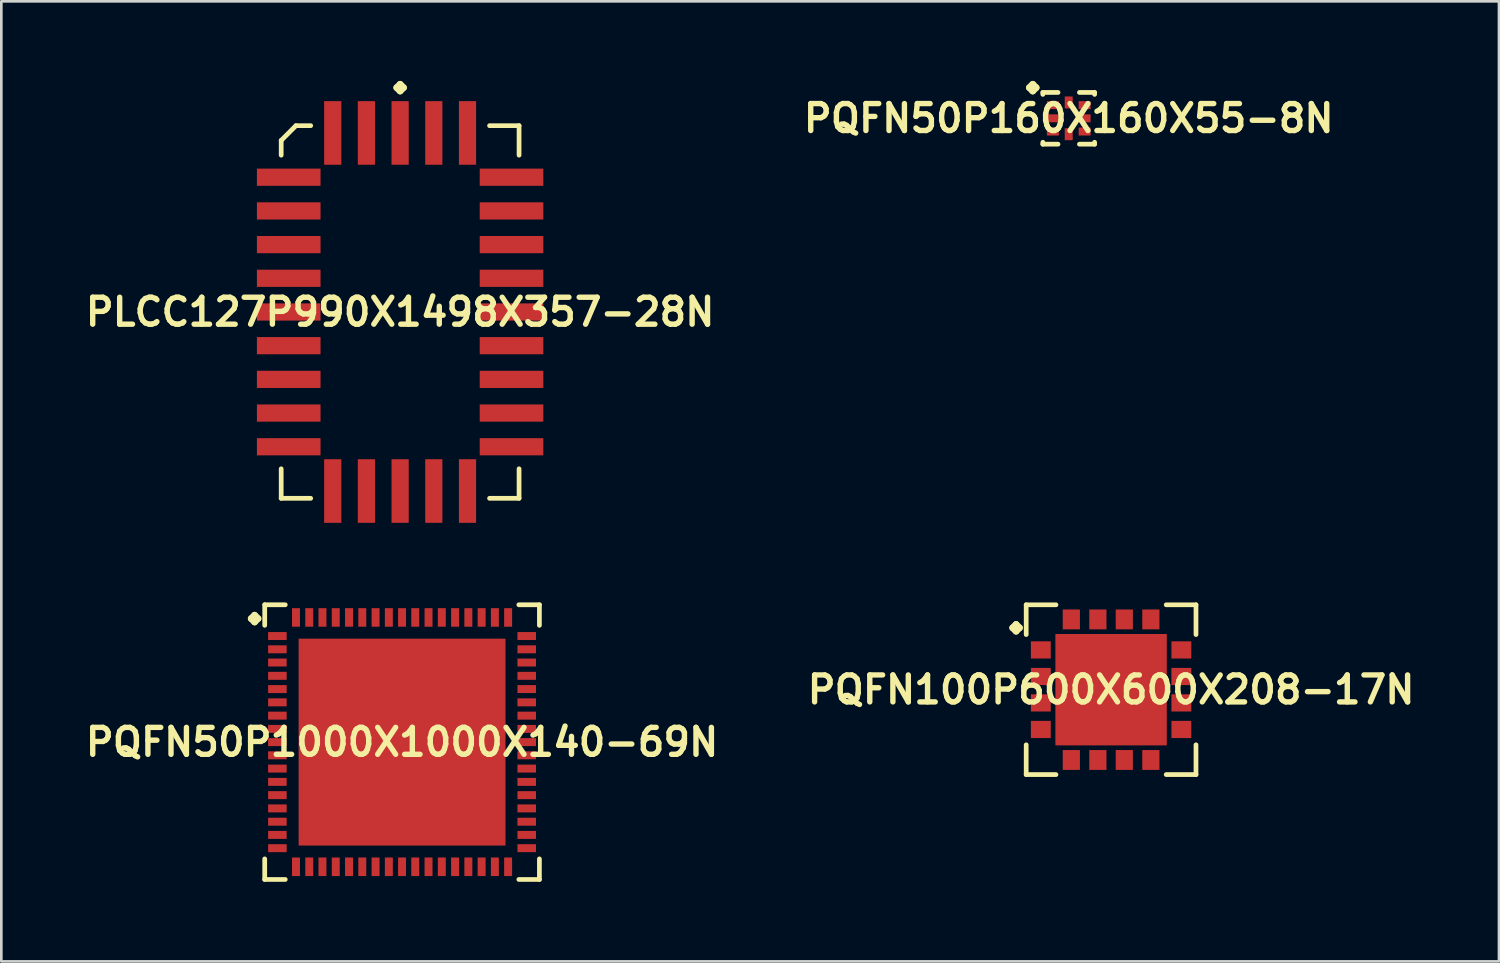
<source format=kicad_pcb>
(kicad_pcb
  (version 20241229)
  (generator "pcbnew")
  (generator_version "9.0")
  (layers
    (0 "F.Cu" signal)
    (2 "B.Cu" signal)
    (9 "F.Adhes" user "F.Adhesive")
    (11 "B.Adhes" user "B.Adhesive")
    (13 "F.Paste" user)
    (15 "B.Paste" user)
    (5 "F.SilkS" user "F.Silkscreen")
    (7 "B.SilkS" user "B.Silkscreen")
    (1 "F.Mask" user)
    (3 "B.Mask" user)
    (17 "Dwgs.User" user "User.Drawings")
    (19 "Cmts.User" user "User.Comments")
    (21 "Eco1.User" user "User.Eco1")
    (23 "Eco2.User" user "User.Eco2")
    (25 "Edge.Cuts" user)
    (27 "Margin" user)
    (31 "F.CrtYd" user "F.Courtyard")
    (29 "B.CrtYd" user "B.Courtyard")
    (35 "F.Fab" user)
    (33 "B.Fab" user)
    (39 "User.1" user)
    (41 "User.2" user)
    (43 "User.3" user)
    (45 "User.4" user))
  (footprint "PQFN50P1000X1000X140-69N"
    (layer "F.Cu")
    (at 12.105 24.923)
    (property "Reference" "PQFN50P1000X1000X140-69N" (at 0 0 0) (layer "F.SilkS") (effects (font (size 1.016 1.016) (thickness 0.203))))
    (attr smd)
    (fp_line (start -5.685 -4.656) (end -5.558 -4.783) (stroke (width 0.254) (type solid)) (layer "F.SilkS"))
    (fp_line (start -5.558 -4.783) (end -5.431 -4.656) (stroke (width 0.254) (type solid)) (layer "F.SilkS"))
    (fp_line (start -5.558 -4.529) (end -5.685 -4.656) (stroke (width 0.254) (type solid)) (layer "F.SilkS"))
    (fp_line (start -5.431 -4.656) (end -5.558 -4.529) (stroke (width 0.254) (type solid)) (layer "F.SilkS"))
    (fp_line (start -5.177 -5.177) (end -4.402 -5.177) (stroke (width 0.178) (type solid)) (layer "F.SilkS"))
    (fp_line (start -5.177 -4.402) (end -5.177 -5.177) (stroke (width 0.178) (type solid)) (layer "F.SilkS"))
    (fp_line (start -5.177 4.402) (end -5.177 5.177) (stroke (width 0.178) (type solid)) (layer "F.SilkS"))
    (fp_line (start -5.177 5.177) (end -4.402 5.177) (stroke (width 0.178) (type solid)) (layer "F.SilkS"))
    (fp_line (start 4.402 -5.177) (end 5.177 -5.177) (stroke (width 0.178) (type solid)) (layer "F.SilkS"))
    (fp_line (start 4.402 5.177) (end 5.177 5.177) (stroke (width 0.178) (type solid)) (layer "F.SilkS"))
    (fp_line (start 5.177 -5.177) (end 5.177 -4.402) (stroke (width 0.178) (type solid)) (layer "F.SilkS"))
    (fp_line (start 5.177 5.177) (end 5.177 4.402) (stroke (width 0.178) (type solid)) (layer "F.SilkS"))
    (pad "1" smd rect (at -4.699 -3.998) (size 0.699 0.3) (layers "F.Cu" "F.Mask" "F.Paste"))
    (pad "2" smd rect (at -4.699 -3.498) (size 0.699 0.3) (layers "F.Cu" "F.Mask" "F.Paste"))
    (pad "3" smd rect (at -4.699 -3) (size 0.699 0.3) (layers "F.Cu" "F.Mask" "F.Paste"))
    (pad "4" smd rect (at -4.699 -2.499) (size 0.699 0.3) (layers "F.Cu" "F.Mask" "F.Paste"))
    (pad "5" smd rect (at -4.699 -1.999) (size 0.699 0.3) (layers "F.Cu" "F.Mask" "F.Paste"))
    (pad "6" smd rect (at -4.699 -1.499) (size 0.699 0.3) (layers "F.Cu" "F.Mask" "F.Paste"))
    (pad "7" smd rect (at -4.699 -0.998) (size 0.699 0.3) (layers "F.Cu" "F.Mask" "F.Paste"))
    (pad "8" smd rect (at -4.699 -0.498) (size 0.699 0.3) (layers "F.Cu" "F.Mask" "F.Paste"))
    (pad "9" smd rect (at -4.699 0) (size 0.699 0.3) (layers "F.Cu" "F.Mask" "F.Paste"))
    (pad "10" smd rect (at -4.699 0.498) (size 0.699 0.3) (layers "F.Cu" "F.Mask" "F.Paste"))
    (pad "11" smd rect (at -4.699 0.998) (size 0.699 0.3) (layers "F.Cu" "F.Mask" "F.Paste"))
    (pad "12" smd rect (at -4.699 1.499) (size 0.699 0.3) (layers "F.Cu" "F.Mask" "F.Paste"))
    (pad "13" smd rect (at -4.699 1.999) (size 0.699 0.3) (layers "F.Cu" "F.Mask" "F.Paste"))
    (pad "14" smd rect (at -4.699 2.499) (size 0.699 0.3) (layers "F.Cu" "F.Mask" "F.Paste"))
    (pad "15" smd rect (at -4.699 3) (size 0.699 0.3) (layers "F.Cu" "F.Mask" "F.Paste"))
    (pad "16" smd rect (at -4.699 3.498) (size 0.699 0.3) (layers "F.Cu" "F.Mask" "F.Paste"))
    (pad "17" smd rect (at -4.699 3.998) (size 0.699 0.3) (layers "F.Cu" "F.Mask" "F.Paste"))
    (pad "18" smd rect (at -3.998 4.699) (size 0.3 0.699) (layers "F.Cu" "F.Mask" "F.Paste"))
    (pad "19" smd rect (at -3.498 4.699) (size 0.3 0.699) (layers "F.Cu" "F.Mask" "F.Paste"))
    (pad "20" smd rect (at -3 4.699) (size 0.3 0.699) (layers "F.Cu" "F.Mask" "F.Paste"))
    (pad "21" smd rect (at -2.499 4.699) (size 0.3 0.699) (layers "F.Cu" "F.Mask" "F.Paste"))
    (pad "22" smd rect (at -1.999 4.699) (size 0.3 0.699) (layers "F.Cu" "F.Mask" "F.Paste"))
    (pad "23" smd rect (at -1.499 4.699) (size 0.3 0.699) (layers "F.Cu" "F.Mask" "F.Paste"))
    (pad "24" smd rect (at -0.998 4.699) (size 0.3 0.699) (layers "F.Cu" "F.Mask" "F.Paste"))
    (pad "25" smd rect (at -0.498 4.699) (size 0.3 0.699) (layers "F.Cu" "F.Mask" "F.Paste"))
    (pad "26" smd rect (at 0 4.699) (size 0.3 0.699) (layers "F.Cu" "F.Mask" "F.Paste"))
    (pad "27" smd rect (at 0.498 4.699) (size 0.3 0.699) (layers "F.Cu" "F.Mask" "F.Paste"))
    (pad "28" smd rect (at 0.998 4.699) (size 0.3 0.699) (layers "F.Cu" "F.Mask" "F.Paste"))
    (pad "29" smd rect (at 1.499 4.699) (size 0.3 0.699) (layers "F.Cu" "F.Mask" "F.Paste"))
    (pad "30" smd rect (at 1.999 4.699) (size 0.3 0.699) (layers "F.Cu" "F.Mask" "F.Paste"))
    (pad "31" smd rect (at 2.499 4.699) (size 0.3 0.699) (layers "F.Cu" "F.Mask" "F.Paste"))
    (pad "32" smd rect (at 3 4.699) (size 0.3 0.699) (layers "F.Cu" "F.Mask" "F.Paste"))
    (pad "33" smd rect (at 3.498 4.699) (size 0.3 0.699) (layers "F.Cu" "F.Mask" "F.Paste"))
    (pad "34" smd rect (at 3.998 4.699) (size 0.3 0.699) (layers "F.Cu" "F.Mask" "F.Paste"))
    (pad "35" smd rect (at 4.699 3.998) (size 0.699 0.3) (layers "F.Cu" "F.Mask" "F.Paste"))
    (pad "36" smd rect (at 4.699 3.498) (size 0.699 0.3) (layers "F.Cu" "F.Mask" "F.Paste"))
    (pad "37" smd rect (at 4.699 3) (size 0.699 0.3) (layers "F.Cu" "F.Mask" "F.Paste"))
    (pad "38" smd rect (at 4.699 2.499) (size 0.699 0.3) (layers "F.Cu" "F.Mask" "F.Paste"))
    (pad "39" smd rect (at 4.699 1.999) (size 0.699 0.3) (layers "F.Cu" "F.Mask" "F.Paste"))
    (pad "40" smd rect (at 4.699 1.499) (size 0.699 0.3) (layers "F.Cu" "F.Mask" "F.Paste"))
    (pad "41" smd rect (at 4.699 0.998) (size 0.699 0.3) (layers "F.Cu" "F.Mask" "F.Paste"))
    (pad "42" smd rect (at 4.699 0.498) (size 0.699 0.3) (layers "F.Cu" "F.Mask" "F.Paste"))
    (pad "43" smd rect (at 4.699 0) (size 0.699 0.3) (layers "F.Cu" "F.Mask" "F.Paste"))
    (pad "44" smd rect (at 4.699 -0.498) (size 0.699 0.3) (layers "F.Cu" "F.Mask" "F.Paste"))
    (pad "45" smd rect (at 4.699 -0.998) (size 0.699 0.3) (layers "F.Cu" "F.Mask" "F.Paste"))
    (pad "46" smd rect (at 4.699 -1.499) (size 0.699 0.3) (layers "F.Cu" "F.Mask" "F.Paste"))
    (pad "47" smd rect (at 4.699 -1.999) (size 0.699 0.3) (layers "F.Cu" "F.Mask" "F.Paste"))
    (pad "48" smd rect (at 4.699 -2.499) (size 0.699 0.3) (layers "F.Cu" "F.Mask" "F.Paste"))
    (pad "49" smd rect (at 4.699 -3) (size 0.699 0.3) (layers "F.Cu" "F.Mask" "F.Paste"))
    (pad "50" smd rect (at 4.699 -3.498) (size 0.699 0.3) (layers "F.Cu" "F.Mask" "F.Paste"))
    (pad "51" smd rect (at 4.699 -3.998) (size 0.699 0.3) (layers "F.Cu" "F.Mask" "F.Paste"))
    (pad "52" smd rect (at 3.998 -4.699) (size 0.3 0.699) (layers "F.Cu" "F.Mask" "F.Paste"))
    (pad "53" smd rect (at 3.498 -4.699) (size 0.3 0.699) (layers "F.Cu" "F.Mask" "F.Paste"))
    (pad "54" smd rect (at 3 -4.699) (size 0.3 0.699) (layers "F.Cu" "F.Mask" "F.Paste"))
    (pad "55" smd rect (at 2.499 -4.699) (size 0.3 0.699) (layers "F.Cu" "F.Mask" "F.Paste"))
    (pad "56" smd rect (at 1.999 -4.699) (size 0.3 0.699) (layers "F.Cu" "F.Mask" "F.Paste"))
    (pad "57" smd rect (at 1.499 -4.699) (size 0.3 0.699) (layers "F.Cu" "F.Mask" "F.Paste"))
    (pad "58" smd rect (at 0.998 -4.699) (size 0.3 0.699) (layers "F.Cu" "F.Mask" "F.Paste"))
    (pad "59" smd rect (at 0.498 -4.699) (size 0.3 0.699) (layers "F.Cu" "F.Mask" "F.Paste"))
    (pad "60" smd rect (at 0 -4.699) (size 0.3 0.699) (layers "F.Cu" "F.Mask" "F.Paste"))
    (pad "61" smd rect (at -0.498 -4.699) (size 0.3 0.699) (layers "F.Cu" "F.Mask" "F.Paste"))
    (pad "62" smd rect (at -0.998 -4.699) (size 0.3 0.699) (layers "F.Cu" "F.Mask" "F.Paste"))
    (pad "63" smd rect (at -1.499 -4.699) (size 0.3 0.699) (layers "F.Cu" "F.Mask" "F.Paste"))
    (pad "64" smd rect (at -1.999 -4.699) (size 0.3 0.699) (layers "F.Cu" "F.Mask" "F.Paste"))
    (pad "65" smd rect (at -2.499 -4.699) (size 0.3 0.699) (layers "F.Cu" "F.Mask" "F.Paste"))
    (pad "66" smd rect (at -3 -4.699) (size 0.3 0.699) (layers "F.Cu" "F.Mask" "F.Paste"))
    (pad "67" smd rect (at -3.498 -4.699) (size 0.3 0.699) (layers "F.Cu" "F.Mask" "F.Paste"))
    (pad "68" smd rect (at -3.998 -4.699) (size 0.3 0.699) (layers "F.Cu" "F.Mask" "F.Paste"))
    (pad "69" smd rect (at 0 0) (size 7.798 7.798) (layers "F.Cu" "F.Mask" "F.Paste")))
  (footprint "PQFN100P600X600X208-17N"
    (layer "F.Cu")
    (at 38.831 22.947)
    (property "Reference" "PQFN100P600X600X208-17N" (at 0 0 0) (layer "F.SilkS") (effects (font (size 1.016 1.016) (thickness 0.203))))
    (attr smd)
    (fp_line (start -3.708 -2.332) (end -3.581 -2.459) (stroke (width 0.254) (type solid)) (layer "F.SilkS"))
    (fp_line (start -3.581 -2.459) (end -3.454 -2.332) (stroke (width 0.254) (type solid)) (layer "F.SilkS"))
    (fp_line (start -3.581 -2.205) (end -3.708 -2.332) (stroke (width 0.254) (type solid)) (layer "F.SilkS"))
    (fp_line (start -3.454 -2.332) (end -3.581 -2.205) (stroke (width 0.254) (type solid)) (layer "F.SilkS"))
    (fp_line (start -3.2 -3.2) (end -2.078 -3.2) (stroke (width 0.178) (type solid)) (layer "F.SilkS"))
    (fp_line (start -3.2 -2.078) (end -3.2 -3.2) (stroke (width 0.178) (type solid)) (layer "F.SilkS"))
    (fp_line (start -3.2 2.078) (end -3.2 3.2) (stroke (width 0.178) (type solid)) (layer "F.SilkS"))
    (fp_line (start -3.2 3.2) (end -2.078 3.2) (stroke (width 0.178) (type solid)) (layer "F.SilkS"))
    (fp_line (start 2.078 -3.2) (end 3.2 -3.2) (stroke (width 0.178) (type solid)) (layer "F.SilkS"))
    (fp_line (start 2.078 3.2) (end 3.2 3.2) (stroke (width 0.178) (type solid)) (layer "F.SilkS"))
    (fp_line (start 3.2 -3.2) (end 3.2 -2.078) (stroke (width 0.178) (type solid)) (layer "F.SilkS"))
    (fp_line (start 3.2 3.2) (end 3.2 2.078) (stroke (width 0.178) (type solid)) (layer "F.SilkS"))
    (pad "1" smd rect (at -2.649 -1.499) (size 0.749 0.648) (layers "F.Cu" "F.Mask" "F.Paste"))
    (pad "2" smd rect (at -2.649 -0.498) (size 0.749 0.648) (layers "F.Cu" "F.Mask" "F.Paste"))
    (pad "3" smd rect (at -2.649 0.498) (size 0.749 0.648) (layers "F.Cu" "F.Mask" "F.Paste"))
    (pad "4" smd rect (at -2.649 1.499) (size 0.749 0.648) (layers "F.Cu" "F.Mask" "F.Paste"))
    (pad "5" smd rect (at -1.499 2.649) (size 0.648 0.749) (layers "F.Cu" "F.Mask" "F.Paste"))
    (pad "6" smd rect (at -0.498 2.649) (size 0.648 0.749) (layers "F.Cu" "F.Mask" "F.Paste"))
    (pad "7" smd rect (at 0.498 2.649) (size 0.648 0.749) (layers "F.Cu" "F.Mask" "F.Paste"))
    (pad "8" smd rect (at 1.499 2.649) (size 0.648 0.749) (layers "F.Cu" "F.Mask" "F.Paste"))
    (pad "9" smd rect (at 2.649 1.499) (size 0.749 0.648) (layers "F.Cu" "F.Mask" "F.Paste"))
    (pad "10" smd rect (at 2.649 0.498) (size 0.749 0.648) (layers "F.Cu" "F.Mask" "F.Paste"))
    (pad "11" smd rect (at 2.649 -0.498) (size 0.749 0.648) (layers "F.Cu" "F.Mask" "F.Paste"))
    (pad "12" smd rect (at 2.649 -1.499) (size 0.749 0.648) (layers "F.Cu" "F.Mask" "F.Paste"))
    (pad "13" smd rect (at 1.499 -2.649) (size 0.648 0.749) (layers "F.Cu" "F.Mask" "F.Paste"))
    (pad "14" smd rect (at 0.498 -2.649) (size 0.648 0.749) (layers "F.Cu" "F.Mask" "F.Paste"))
    (pad "15" smd rect (at -0.498 -2.649) (size 0.648 0.749) (layers "F.Cu" "F.Mask" "F.Paste"))
    (pad "16" smd rect (at -1.499 -2.649) (size 0.648 0.749) (layers "F.Cu" "F.Mask" "F.Paste"))
    (pad "17" smd rect (at 0 0) (size 4.199 4.199) (layers "F.Cu" "F.Mask" "F.Paste")))
  (footprint "PLCC127P990X1498X357-28N"
    (layer "F.Cu")
    (at 12.032 8.71)
    (property "Reference" "PLCC127P990X1498X357-28N" (at 0 0 0) (layer "F.SilkS") (effects (font (size 1.016 1.016) (thickness 0.203))))
    (attr smd)
    (fp_line (start -4.483 -6.467) (end -3.927 -7.023) (stroke (width 0.178) (type solid)) (layer "F.SilkS"))
    (fp_line (start -4.483 -5.911) (end -4.483 -6.467) (stroke (width 0.178) (type solid)) (layer "F.SilkS"))
    (fp_line (start -4.483 5.911) (end -4.483 7.023) (stroke (width 0.178) (type solid)) (layer "F.SilkS"))
    (fp_line (start -4.483 7.023) (end -3.371 7.023) (stroke (width 0.178) (type solid)) (layer "F.SilkS"))
    (fp_line (start -3.927 -7.023) (end -3.371 -7.023) (stroke (width 0.178) (type solid)) (layer "F.SilkS"))
    (fp_line (start -0.127 -8.456) (end 0 -8.583) (stroke (width 0.254) (type solid)) (layer "F.SilkS"))
    (fp_line (start 0 -8.583) (end 0.127 -8.456) (stroke (width 0.254) (type solid)) (layer "F.SilkS"))
    (fp_line (start 0 -8.329) (end -0.127 -8.456) (stroke (width 0.254) (type solid)) (layer "F.SilkS"))
    (fp_line (start 0.127 -8.456) (end 0 -8.329) (stroke (width 0.254) (type solid)) (layer "F.SilkS"))
    (fp_line (start 4.483 -7.023) (end 3.371 -7.023) (stroke (width 0.178) (type solid)) (layer "F.SilkS"))
    (fp_line (start 4.483 -5.911) (end 4.483 -7.023) (stroke (width 0.178) (type solid)) (layer "F.SilkS"))
    (fp_line (start 4.483 5.911) (end 4.483 7.023) (stroke (width 0.178) (type solid)) (layer "F.SilkS"))
    (fp_line (start 4.483 7.023) (end 3.371 7.023) (stroke (width 0.178) (type solid)) (layer "F.SilkS"))
    (pad "1" smd rect (at 0 -6.749) (size 0.648 2.398) (layers "F.Cu" "F.Mask" "F.Paste"))
    (pad "2" smd rect (at -1.27 -6.749) (size 0.648 2.398) (layers "F.Cu" "F.Mask" "F.Paste"))
    (pad "3" smd rect (at -2.54 -6.749) (size 0.648 2.398) (layers "F.Cu" "F.Mask" "F.Paste"))
    (pad "4" smd rect (at -4.199 -5.08) (size 2.398 0.648) (layers "F.Cu" "F.Mask" "F.Paste"))
    (pad "5" smd rect (at -4.199 -3.81) (size 2.398 0.648) (layers "F.Cu" "F.Mask" "F.Paste"))
    (pad "6" smd rect (at -4.199 -2.54) (size 2.398 0.648) (layers "F.Cu" "F.Mask" "F.Paste"))
    (pad "7" smd rect (at -4.199 -1.27) (size 2.398 0.648) (layers "F.Cu" "F.Mask" "F.Paste"))
    (pad "8" smd rect (at -4.199 0) (size 2.398 0.648) (layers "F.Cu" "F.Mask" "F.Paste"))
    (pad "9" smd rect (at -4.199 1.27) (size 2.398 0.648) (layers "F.Cu" "F.Mask" "F.Paste"))
    (pad "10" smd rect (at -4.199 2.54) (size 2.398 0.648) (layers "F.Cu" "F.Mask" "F.Paste"))
    (pad "11" smd rect (at -4.199 3.81) (size 2.398 0.648) (layers "F.Cu" "F.Mask" "F.Paste"))
    (pad "12" smd rect (at -4.199 5.08) (size 2.398 0.648) (layers "F.Cu" "F.Mask" "F.Paste"))
    (pad "13" smd rect (at -2.54 6.749) (size 0.648 2.398) (layers "F.Cu" "F.Mask" "F.Paste"))
    (pad "14" smd rect (at -1.27 6.749) (size 0.648 2.398) (layers "F.Cu" "F.Mask" "F.Paste"))
    (pad "15" smd rect (at 0 6.749) (size 0.648 2.398) (layers "F.Cu" "F.Mask" "F.Paste"))
    (pad "16" smd rect (at 1.27 6.749) (size 0.648 2.398) (layers "F.Cu" "F.Mask" "F.Paste"))
    (pad "17" smd rect (at 2.54 6.749) (size 0.648 2.398) (layers "F.Cu" "F.Mask" "F.Paste"))
    (pad "18" smd rect (at 4.199 5.08) (size 2.398 0.648) (layers "F.Cu" "F.Mask" "F.Paste"))
    (pad "19" smd rect (at 4.199 3.81) (size 2.398 0.648) (layers "F.Cu" "F.Mask" "F.Paste"))
    (pad "20" smd rect (at 4.199 2.54) (size 2.398 0.648) (layers "F.Cu" "F.Mask" "F.Paste"))
    (pad "21" smd rect (at 4.199 1.27) (size 2.398 0.648) (layers "F.Cu" "F.Mask" "F.Paste"))
    (pad "22" smd rect (at 4.199 0) (size 2.398 0.648) (layers "F.Cu" "F.Mask" "F.Paste"))
    (pad "23" smd rect (at 4.199 -1.27) (size 2.398 0.648) (layers "F.Cu" "F.Mask" "F.Paste"))
    (pad "24" smd rect (at 4.199 -2.54) (size 2.398 0.648) (layers "F.Cu" "F.Mask" "F.Paste"))
    (pad "25" smd rect (at 4.199 -3.81) (size 2.398 0.648) (layers "F.Cu" "F.Mask" "F.Paste"))
    (pad "26" smd rect (at 4.199 -5.08) (size 2.398 0.648) (layers "F.Cu" "F.Mask" "F.Paste"))
    (pad "27" smd rect (at 2.54 -6.749) (size 0.648 2.398) (layers "F.Cu" "F.Mask" "F.Paste"))
    (pad "28" smd rect (at 1.27 -6.749) (size 0.648 2.398) (layers "F.Cu" "F.Mask" "F.Paste")))
  (footprint "PQFN50P160X160X55-8N"
    (layer "F.Cu")
    (at 37.234 1.41)
    (property "Reference" "PQFN50P160X160X55-8N" (at 0 0 0) (layer "F.SilkS") (effects (font (size 1.016 1.016) (thickness 0.203))))
    (attr smd)
    (fp_line (start -1.483 -1.156) (end -1.356 -1.283) (stroke (width 0.254) (type solid)) (layer "F.SilkS"))
    (fp_line (start -1.356 -1.283) (end -1.229 -1.156) (stroke (width 0.254) (type solid)) (layer "F.SilkS"))
    (fp_line (start -1.356 -1.029) (end -1.483 -1.156) (stroke (width 0.254) (type solid)) (layer "F.SilkS"))
    (fp_line (start -1.229 -1.156) (end -1.356 -1.029) (stroke (width 0.254) (type solid)) (layer "F.SilkS"))
    (fp_line (start -0.975 -0.975) (end -0.404 -0.975) (stroke (width 0.178) (type solid)) (layer "F.SilkS"))
    (fp_line (start -0.975 -0.902) (end -0.975 -0.975) (stroke (width 0.178) (type solid)) (layer "F.SilkS"))
    (fp_line (start -0.975 0.902) (end -0.975 0.975) (stroke (width 0.178) (type solid)) (layer "F.SilkS"))
    (fp_line (start -0.975 0.975) (end -0.404 0.975) (stroke (width 0.178) (type solid)) (layer "F.SilkS"))
    (fp_line (start 0.404 -0.975) (end 0.975 -0.975) (stroke (width 0.178) (type solid)) (layer "F.SilkS"))
    (fp_line (start 0.404 0.975) (end 0.975 0.975) (stroke (width 0.178) (type solid)) (layer "F.SilkS"))
    (fp_line (start 0.975 -0.975) (end 0.975 -0.902) (stroke (width 0.178) (type solid)) (layer "F.SilkS"))
    (fp_line (start 0.975 0.975) (end 0.975 0.902) (stroke (width 0.178) (type solid)) (layer "F.SilkS"))
    (pad "1" smd rect (at -0.599 -0.498) (size 0.45 0.3) (layers "F.Cu" "F.Mask" "F.Paste"))
    (pad "2" smd rect (at -0.599 0) (size 0.45 0.3) (layers "F.Cu" "F.Mask" "F.Paste"))
    (pad "3" smd rect (at -0.599 0.498) (size 0.45 0.3) (layers "F.Cu" "F.Mask" "F.Paste"))
    (pad "4" smd rect (at 0 0.599) (size 0.3 0.45) (layers "F.Cu" "F.Mask" "F.Paste"))
    (pad "5" smd rect (at 0.599 0.498) (size 0.45 0.3) (layers "F.Cu" "F.Mask" "F.Paste"))
    (pad "6" smd rect (at 0.599 0) (size 0.45 0.3) (layers "F.Cu" "F.Mask" "F.Paste"))
    (pad "7" smd rect (at 0.599 -0.498) (size 0.45 0.3) (layers "F.Cu" "F.Mask" "F.Paste"))
    (pad "8" smd rect (at 0 -0.599) (size 0.3 0.45) (layers "F.Cu" "F.Mask" "F.Paste")))
  (gr_rect
    (start -3 -3)
    (end 53.452 33.188)
    (stroke (width 0.1) (type default))
    (fill no)
    (layer "Edge.Cuts")))
</source>
